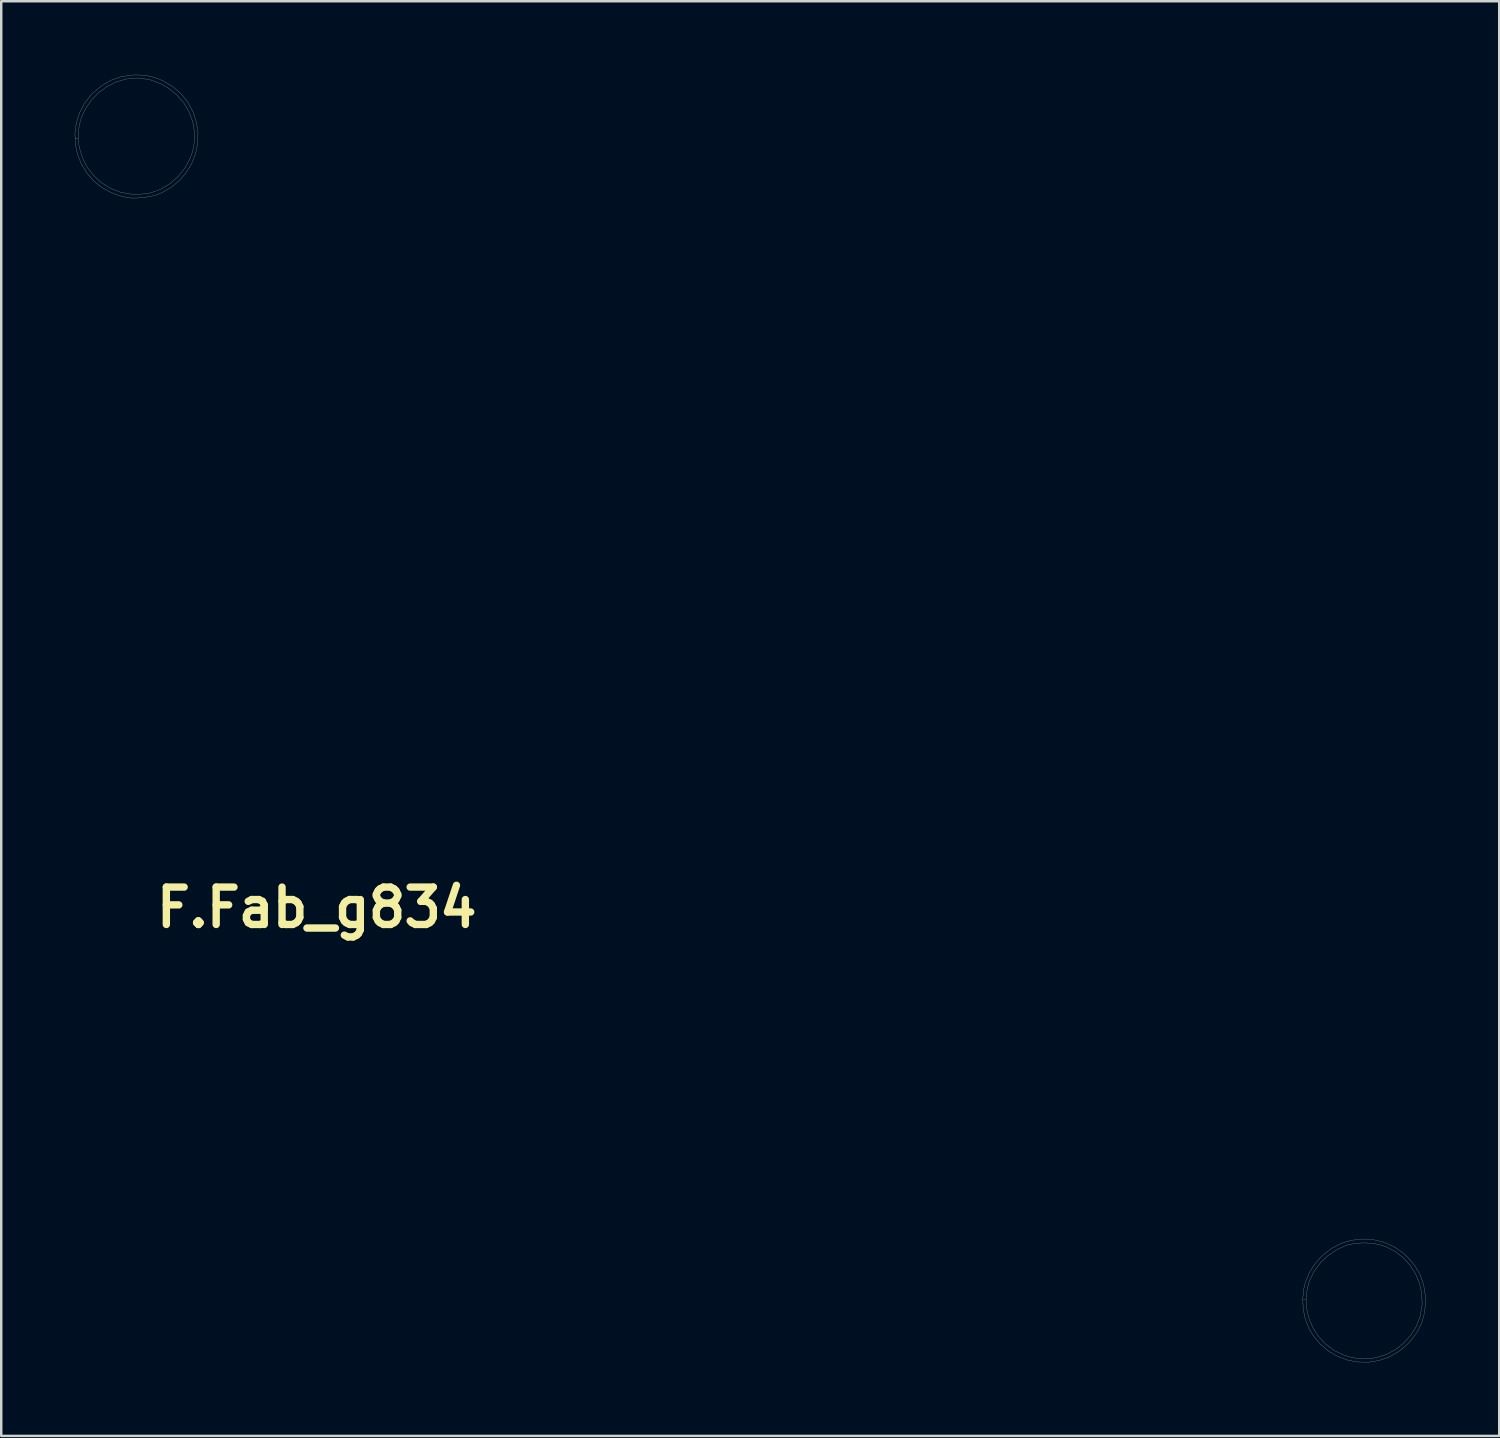
<source format=kicad_pcb>
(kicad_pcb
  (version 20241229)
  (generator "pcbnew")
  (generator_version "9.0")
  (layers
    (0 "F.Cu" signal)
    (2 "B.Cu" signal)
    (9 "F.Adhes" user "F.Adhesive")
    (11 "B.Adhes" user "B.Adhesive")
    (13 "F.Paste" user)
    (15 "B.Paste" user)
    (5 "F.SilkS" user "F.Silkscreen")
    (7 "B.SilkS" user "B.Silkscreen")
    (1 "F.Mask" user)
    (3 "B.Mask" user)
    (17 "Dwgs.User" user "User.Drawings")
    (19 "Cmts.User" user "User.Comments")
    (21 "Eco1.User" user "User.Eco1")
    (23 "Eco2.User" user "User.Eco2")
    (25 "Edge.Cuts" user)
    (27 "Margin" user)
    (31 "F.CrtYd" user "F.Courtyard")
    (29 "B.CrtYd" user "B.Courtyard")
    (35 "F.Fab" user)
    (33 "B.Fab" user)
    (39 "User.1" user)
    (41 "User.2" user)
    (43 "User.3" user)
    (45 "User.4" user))
  (footprint "F.Fab_g834"
    (layer "F.Cu")
    (at 9.865 33.956)
    (property "Reference" "F.Fab_g834" (at 0 0 0) (layer "F.SilkS") (effects (font (size 1.524 1.524) (thickness 0.3))))
    (attr through_hole)
    (fp_poly (pts (xy 43.089 13.541) (xy 43.52 13.648) (xy 43.926 13.83) (xy 44.298 14.085) (xy 44.472 14.244) (xy 44.771 14.595) (xy 44.991 14.971) (xy 45.134 15.38) (xy 45.204 15.826) (xy 45.211 16.046) (xy 45.177 16.495) (xy 45.071 16.904) (xy 44.889 17.283) (xy 44.628 17.639) (xy 44.493 17.785) (xy 44.138 18.089) (xy 43.748 18.316) (xy 43.329 18.467) (xy 42.889 18.538) (xy 42.435 18.529) (xy 42.045 18.456) (xy 41.629 18.304) (xy 41.247 18.079) (xy 40.908 17.787) (xy 40.622 17.436) (xy 40.448 17.142) (xy 40.306 16.776) (xy 40.224 16.372) (xy 40.205 15.965) (xy 40.34 15.965) (xy 40.369 16.391) (xy 40.472 16.799) (xy 40.642 17.179) (xy 40.874 17.523) (xy 41.163 17.823) (xy 41.503 18.07) (xy 41.889 18.255) (xy 42.215 18.35) (xy 42.563 18.403) (xy 42.896 18.399) (xy 43.201 18.351) (xy 43.619 18.22) (xy 44.002 18.013) (xy 44.301 17.774) (xy 44.609 17.438) (xy 44.837 17.076) (xy 44.988 16.683) (xy 45.065 16.253) (xy 45.072 16.171) (xy 45.058 15.741) (xy 44.968 15.327) (xy 44.807 14.939) (xy 44.582 14.586) (xy 44.301 14.278) (xy 43.97 14.022) (xy 43.594 13.83) (xy 43.322 13.741) (xy 43.03 13.69) (xy 42.707 13.673) (xy 42.384 13.69) (xy 42.095 13.74) (xy 41.992 13.77) (xy 41.595 13.947) (xy 41.237 14.188) (xy 40.927 14.483) (xy 40.674 14.823) (xy 40.488 15.196) (xy 40.39 15.528) (xy 40.34 15.965) (xy 40.205 15.965) (xy 40.205 15.95) (xy 40.249 15.535) (xy 40.318 15.261) (xy 40.492 14.851) (xy 40.735 14.48) (xy 41.038 14.158) (xy 41.39 13.892) (xy 41.782 13.691) (xy 42.185 13.568) (xy 42.641 13.514) (xy 43.089 13.541)) (stroke (width 0.01) (type solid)) (fill no) (layer "F.Fab"))
    (fp_poly (pts (xy -7.026 -33.936) (xy -6.734 -33.883) (xy -6.444 -33.785) (xy -6.244 -33.696) (xy -5.855 -33.464) (xy -5.522 -33.171) (xy -5.248 -32.824) (xy -5.04 -32.432) (xy -4.902 -32.003) (xy -4.843 -31.608) (xy -4.852 -31.17) (xy -4.939 -30.744) (xy -5.097 -30.342) (xy -5.321 -29.971) (xy -5.602 -29.642) (xy -5.936 -29.365) (xy -6.314 -29.148) (xy -6.598 -29.039) (xy -6.793 -28.993) (xy -7.031 -28.957) (xy -7.281 -28.935) (xy -7.511 -28.929) (xy -7.684 -28.94) (xy -8.067 -29.032) (xy -8.445 -29.184) (xy -8.792 -29.383) (xy -9.076 -29.61) (xy -9.375 -29.952) (xy -9.603 -30.329) (xy -9.76 -30.731) (xy -9.846 -31.149) (xy -9.853 -31.366) (xy -9.73 -31.366) (xy -9.696 -31.083) (xy -9.673 -30.967) (xy -9.545 -30.55) (xy -9.348 -30.171) (xy -9.09 -29.838) (xy -8.78 -29.557) (xy -8.426 -29.335) (xy -8.036 -29.179) (xy -7.618 -29.096) (xy -7.385 -29.084) (xy -7.177 -29.091) (xy -6.966 -29.11) (xy -6.793 -29.138) (xy -6.761 -29.146) (xy -6.358 -29.294) (xy -5.99 -29.513) (xy -5.664 -29.796) (xy -5.389 -30.133) (xy -5.176 -30.516) (xy -5.058 -30.837) (xy -5.007 -31.102) (xy -4.988 -31.41) (xy -5.003 -31.726) (xy -5.05 -32.015) (xy -5.057 -32.046) (xy -5.204 -32.445) (xy -5.42 -32.808) (xy -5.696 -33.127) (xy -6.022 -33.395) (xy -6.388 -33.605) (xy -6.784 -33.749) (xy -7.201 -33.818) (xy -7.363 -33.824) (xy -7.781 -33.781) (xy -8.182 -33.662) (xy -8.556 -33.474) (xy -8.895 -33.226) (xy -9.188 -32.924) (xy -9.427 -32.577) (xy -9.601 -32.192) (xy -9.676 -31.924) (xy -9.723 -31.633) (xy -9.73 -31.366) (xy -9.853 -31.366) (xy -9.86 -31.573) (xy -9.803 -31.994) (xy -9.674 -32.401) (xy -9.473 -32.785) (xy -9.2 -33.137) (xy -9.127 -33.212) (xy -8.768 -33.514) (xy -8.382 -33.737) (xy -7.965 -33.881) (xy -7.516 -33.946) (xy -7.357 -33.951) (xy -7.026 -33.936)) (stroke (width 0.01) (type solid)) (fill no) (layer "F.Fab")))
  (gr_rect
    (start -3 -3)
    (end 58.081 55.499)
    (stroke (width 0.1) (type default))
    (fill no)
    (layer "Edge.Cuts")))
</source>
